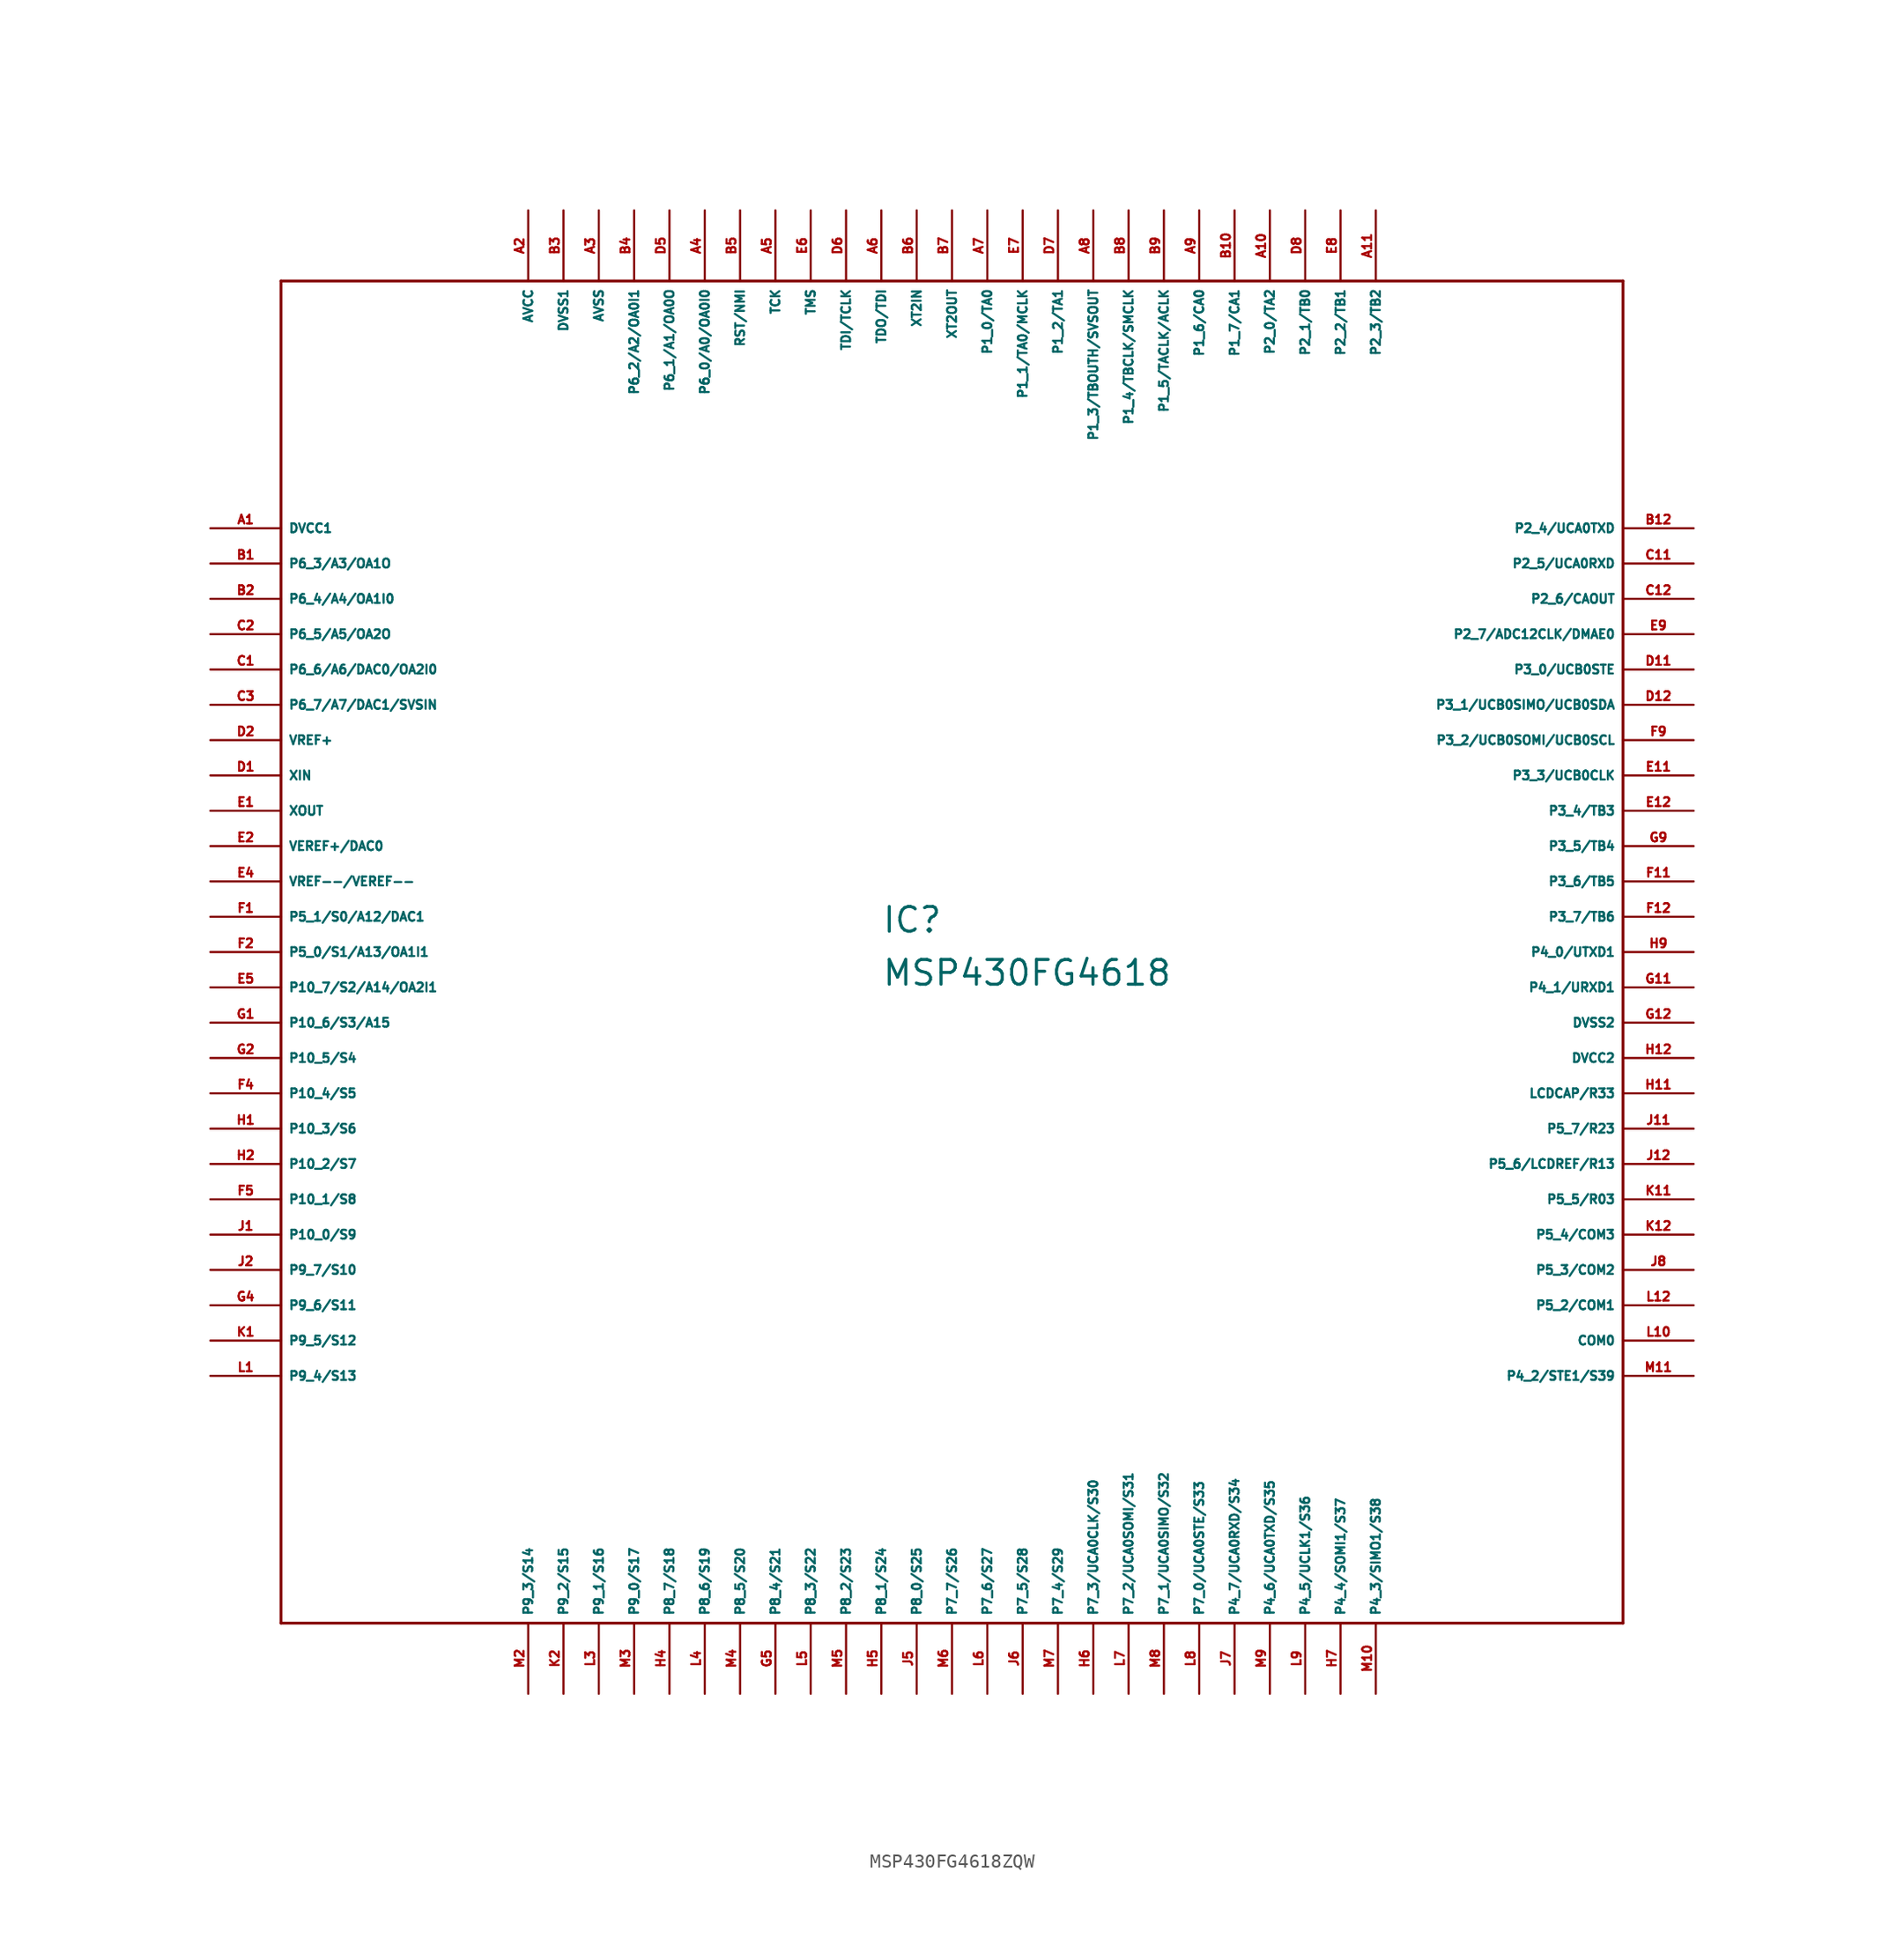
<source format=kicad_sym>
(kicad_symbol_lib
  (version 20220914)
  (generator Eagle2Kicad)
  (symbol "MSP430FG4618ZQW"
    (property "Reference" "IC"
      (at -5.08 1.27 0)
      (effects (font (size 1.778 1.778) (thickness 0.22)) (justify left bottom)))
    (property "Value" "MSP430FG4618"
      (at -5.08 -2.54 0)
      (effects (font (size 1.778 1.778) (thickness 0.22)) (justify left bottom)))
    (polyline
      (pts (xy -48.26 -48.26) (xy 48.26 -48.26))
      (stroke (width 0.203) (type default))
      (fill (type none)))
    (polyline
      (pts (xy 48.26 -48.26) (xy 48.26 48.26))
      (stroke (width 0.203) (type default))
      (fill (type none)))
    (polyline
      (pts (xy 48.26 48.26) (xy -48.26 48.26))
      (stroke (width 0.203) (type default))
      (fill (type none)))
    (polyline
      (pts (xy -48.26 48.26) (xy -48.26 -48.26))
      (stroke (width 0.203) (type default))
      (fill (type none)))
    (pin unspecified line
      (at -53.34 30.48 0)
      (length 5.08)
      (name "DVCC1" (effects (font (size 0.635 0.635) (thickness 0.08)) (justify left bottom)))
      (number "A1" (effects (font (size 0.635 0.635) (thickness 0.08)) (justify left bottom))))
    (pin bidirectional line
      (at -53.34 27.94 0)
      (length 5.08)
      (name "P6_3/A3/OA1O" (effects (font (size 0.635 0.635) (thickness 0.08)) (justify left bottom)))
      (number "B1" (effects (font (size 0.635 0.635) (thickness 0.08)) (justify left bottom))))
    (pin bidirectional line
      (at -53.34 25.4 0)
      (length 5.08)
      (name "P6_4/A4/OA1I0" (effects (font (size 0.635 0.635) (thickness 0.08)) (justify left bottom)))
      (number "B2" (effects (font (size 0.635 0.635) (thickness 0.08)) (justify left bottom))))
    (pin bidirectional line
      (at -53.34 22.86 0)
      (length 5.08)
      (name "P6_5/A5/OA2O" (effects (font (size 0.635 0.635) (thickness 0.08)) (justify left bottom)))
      (number "C2" (effects (font (size 0.635 0.635) (thickness 0.08)) (justify left bottom))))
    (pin bidirectional line
      (at -53.34 20.32 0)
      (length 5.08)
      (name "P6_6/A6/DAC0/OA2I0" (effects (font (size 0.635 0.635) (thickness 0.08)) (justify left bottom)))
      (number "C1" (effects (font (size 0.635 0.635) (thickness 0.08)) (justify left bottom))))
    (pin bidirectional line
      (at -53.34 17.78 0)
      (length 5.08)
      (name "P6_7/A7/DAC1/SVSIN" (effects (font (size 0.635 0.635) (thickness 0.08)) (justify left bottom)))
      (number "C3" (effects (font (size 0.635 0.635) (thickness 0.08)) (justify left bottom))))
    (pin output line
      (at -53.34 15.24 0)
      (length 5.08)
      (name "VREF+" (effects (font (size 0.635 0.635) (thickness 0.08)) (justify left bottom)))
      (number "D2" (effects (font (size 0.635 0.635) (thickness 0.08)) (justify left bottom))))
    (pin input line
      (at -53.34 12.7 0)
      (length 5.08)
      (name "XIN" (effects (font (size 0.635 0.635) (thickness 0.08)) (justify left bottom)))
      (number "D1" (effects (font (size 0.635 0.635) (thickness 0.08)) (justify left bottom))))
    (pin output line
      (at -53.34 10.16 0)
      (length 5.08)
      (name "XOUT" (effects (font (size 0.635 0.635) (thickness 0.08)) (justify left bottom)))
      (number "E1" (effects (font (size 0.635 0.635) (thickness 0.08)) (justify left bottom))))
    (pin bidirectional line
      (at -53.34 7.62 0)
      (length 5.08)
      (name "VEREF+/DAC0" (effects (font (size 0.635 0.635) (thickness 0.08)) (justify left bottom)))
      (number "E2" (effects (font (size 0.635 0.635) (thickness 0.08)) (justify left bottom))))
    (pin input line
      (at -53.34 5.08 0)
      (length 5.08)
      (name "VREF--/VEREF--" (effects (font (size 0.635 0.635) (thickness 0.08)) (justify left bottom)))
      (number "E4" (effects (font (size 0.635 0.635) (thickness 0.08)) (justify left bottom))))
    (pin bidirectional line
      (at -53.34 2.54 0)
      (length 5.08)
      (name "P5_1/S0/A12/DAC1" (effects (font (size 0.635 0.635) (thickness 0.08)) (justify left bottom)))
      (number "F1" (effects (font (size 0.635 0.635) (thickness 0.08)) (justify left bottom))))
    (pin bidirectional line
      (at -53.34 0 0)
      (length 5.08)
      (name "P5_0/S1/A13/OA1I1" (effects (font (size 0.635 0.635) (thickness 0.08)) (justify left bottom)))
      (number "F2" (effects (font (size 0.635 0.635) (thickness 0.08)) (justify left bottom))))
    (pin bidirectional line
      (at -53.34 -2.54 0)
      (length 5.08)
      (name "P10_7/S2/A14/OA2I1" (effects (font (size 0.635 0.635) (thickness 0.08)) (justify left bottom)))
      (number "E5" (effects (font (size 0.635 0.635) (thickness 0.08)) (justify left bottom))))
    (pin bidirectional line
      (at -53.34 -5.08 0)
      (length 5.08)
      (name "P10_6/S3/A15" (effects (font (size 0.635 0.635) (thickness 0.08)) (justify left bottom)))
      (number "G1" (effects (font (size 0.635 0.635) (thickness 0.08)) (justify left bottom))))
    (pin bidirectional line
      (at -53.34 -7.62 0)
      (length 5.08)
      (name "P10_5/S4" (effects (font (size 0.635 0.635) (thickness 0.08)) (justify left bottom)))
      (number "G2" (effects (font (size 0.635 0.635) (thickness 0.08)) (justify left bottom))))
    (pin bidirectional line
      (at -53.34 -10.16 0)
      (length 5.08)
      (name "P10_4/S5" (effects (font (size 0.635 0.635) (thickness 0.08)) (justify left bottom)))
      (number "F4" (effects (font (size 0.635 0.635) (thickness 0.08)) (justify left bottom))))
    (pin bidirectional line
      (at -53.34 -12.7 0)
      (length 5.08)
      (name "P10_3/S6" (effects (font (size 0.635 0.635) (thickness 0.08)) (justify left bottom)))
      (number "H1" (effects (font (size 0.635 0.635) (thickness 0.08)) (justify left bottom))))
    (pin bidirectional line
      (at -53.34 -15.24 0)
      (length 5.08)
      (name "P10_2/S7" (effects (font (size 0.635 0.635) (thickness 0.08)) (justify left bottom)))
      (number "H2" (effects (font (size 0.635 0.635) (thickness 0.08)) (justify left bottom))))
    (pin bidirectional line
      (at -53.34 -17.78 0)
      (length 5.08)
      (name "P10_1/S8" (effects (font (size 0.635 0.635) (thickness 0.08)) (justify left bottom)))
      (number "F5" (effects (font (size 0.635 0.635) (thickness 0.08)) (justify left bottom))))
    (pin bidirectional line
      (at -53.34 -20.32 0)
      (length 5.08)
      (name "P10_0/S9" (effects (font (size 0.635 0.635) (thickness 0.08)) (justify left bottom)))
      (number "J1" (effects (font (size 0.635 0.635) (thickness 0.08)) (justify left bottom))))
    (pin bidirectional line
      (at -53.34 -22.86 0)
      (length 5.08)
      (name "P9_7/S10" (effects (font (size 0.635 0.635) (thickness 0.08)) (justify left bottom)))
      (number "J2" (effects (font (size 0.635 0.635) (thickness 0.08)) (justify left bottom))))
    (pin bidirectional line
      (at -53.34 -25.4 0)
      (length 5.08)
      (name "P9_6/S11" (effects (font (size 0.635 0.635) (thickness 0.08)) (justify left bottom)))
      (number "G4" (effects (font (size 0.635 0.635) (thickness 0.08)) (justify left bottom))))
    (pin bidirectional line
      (at -53.34 -27.94 0)
      (length 5.08)
      (name "P9_5/S12" (effects (font (size 0.635 0.635) (thickness 0.08)) (justify left bottom)))
      (number "K1" (effects (font (size 0.635 0.635) (thickness 0.08)) (justify left bottom))))
    (pin bidirectional line
      (at -53.34 -30.48 0)
      (length 5.08)
      (name "P9_4/S13" (effects (font (size 0.635 0.635) (thickness 0.08)) (justify left bottom)))
      (number "L1" (effects (font (size 0.635 0.635) (thickness 0.08)) (justify left bottom))))
    (pin bidirectional line
      (at -30.48 -53.34 90)
      (length 5.08)
      (name "P9_3/S14" (effects (font (size 0.635 0.635) (thickness 0.08)) (justify left bottom)))
      (number "M2" (effects (font (size 0.635 0.635) (thickness 0.08)) (justify left bottom))))
    (pin bidirectional line
      (at -27.94 -53.34 90)
      (length 5.08)
      (name "P9_2/S15" (effects (font (size 0.635 0.635) (thickness 0.08)) (justify left bottom)))
      (number "K2" (effects (font (size 0.635 0.635) (thickness 0.08)) (justify left bottom))))
    (pin bidirectional line
      (at -25.4 -53.34 90)
      (length 5.08)
      (name "P9_1/S16" (effects (font (size 0.635 0.635) (thickness 0.08)) (justify left bottom)))
      (number "L3" (effects (font (size 0.635 0.635) (thickness 0.08)) (justify left bottom))))
    (pin bidirectional line
      (at -22.86 -53.34 90)
      (length 5.08)
      (name "P9_0/S17" (effects (font (size 0.635 0.635) (thickness 0.08)) (justify left bottom)))
      (number "M3" (effects (font (size 0.635 0.635) (thickness 0.08)) (justify left bottom))))
    (pin bidirectional line
      (at -20.32 -53.34 90)
      (length 5.08)
      (name "P8_7/S18" (effects (font (size 0.635 0.635) (thickness 0.08)) (justify left bottom)))
      (number "H4" (effects (font (size 0.635 0.635) (thickness 0.08)) (justify left bottom))))
    (pin bidirectional line
      (at -17.78 -53.34 90)
      (length 5.08)
      (name "P8_6/S19" (effects (font (size 0.635 0.635) (thickness 0.08)) (justify left bottom)))
      (number "L4" (effects (font (size 0.635 0.635) (thickness 0.08)) (justify left bottom))))
    (pin bidirectional line
      (at -15.24 -53.34 90)
      (length 5.08)
      (name "P8_5/S20" (effects (font (size 0.635 0.635) (thickness 0.08)) (justify left bottom)))
      (number "M4" (effects (font (size 0.635 0.635) (thickness 0.08)) (justify left bottom))))
    (pin bidirectional line
      (at -12.7 -53.34 90)
      (length 5.08)
      (name "P8_4/S21" (effects (font (size 0.635 0.635) (thickness 0.08)) (justify left bottom)))
      (number "G5" (effects (font (size 0.635 0.635) (thickness 0.08)) (justify left bottom))))
    (pin bidirectional line
      (at -10.16 -53.34 90)
      (length 5.08)
      (name "P8_3/S22" (effects (font (size 0.635 0.635) (thickness 0.08)) (justify left bottom)))
      (number "L5" (effects (font (size 0.635 0.635) (thickness 0.08)) (justify left bottom))))
    (pin bidirectional line
      (at -7.62 -53.34 90)
      (length 5.08)
      (name "P8_2/S23" (effects (font (size 0.635 0.635) (thickness 0.08)) (justify left bottom)))
      (number "M5" (effects (font (size 0.635 0.635) (thickness 0.08)) (justify left bottom))))
    (pin bidirectional line
      (at -5.08 -53.34 90)
      (length 5.08)
      (name "P8_1/S24" (effects (font (size 0.635 0.635) (thickness 0.08)) (justify left bottom)))
      (number "H5" (effects (font (size 0.635 0.635) (thickness 0.08)) (justify left bottom))))
    (pin bidirectional line
      (at -2.54 -53.34 90)
      (length 5.08)
      (name "P8_0/S25" (effects (font (size 0.635 0.635) (thickness 0.08)) (justify left bottom)))
      (number "J5" (effects (font (size 0.635 0.635) (thickness 0.08)) (justify left bottom))))
    (pin bidirectional line
      (at 0 -53.34 90)
      (length 5.08)
      (name "P7_7/S26" (effects (font (size 0.635 0.635) (thickness 0.08)) (justify left bottom)))
      (number "M6" (effects (font (size 0.635 0.635) (thickness 0.08)) (justify left bottom))))
    (pin bidirectional line
      (at 2.54 -53.34 90)
      (length 5.08)
      (name "P7_6/S27" (effects (font (size 0.635 0.635) (thickness 0.08)) (justify left bottom)))
      (number "L6" (effects (font (size 0.635 0.635) (thickness 0.08)) (justify left bottom))))
    (pin bidirectional line
      (at 5.08 -53.34 90)
      (length 5.08)
      (name "P7_5/S28" (effects (font (size 0.635 0.635) (thickness 0.08)) (justify left bottom)))
      (number "J6" (effects (font (size 0.635 0.635) (thickness 0.08)) (justify left bottom))))
    (pin bidirectional line
      (at 7.62 -53.34 90)
      (length 5.08)
      (name "P7_4/S29" (effects (font (size 0.635 0.635) (thickness 0.08)) (justify left bottom)))
      (number "M7" (effects (font (size 0.635 0.635) (thickness 0.08)) (justify left bottom))))
    (pin bidirectional line
      (at 10.16 -53.34 90)
      (length 5.08)
      (name "P7_3/UCA0CLK/S30" (effects (font (size 0.635 0.635) (thickness 0.08)) (justify left bottom)))
      (number "H6" (effects (font (size 0.635 0.635) (thickness 0.08)) (justify left bottom))))
    (pin bidirectional line
      (at 12.7 -53.34 90)
      (length 5.08)
      (name "P7_2/UCA0SOMI/S31" (effects (font (size 0.635 0.635) (thickness 0.08)) (justify left bottom)))
      (number "L7" (effects (font (size 0.635 0.635) (thickness 0.08)) (justify left bottom))))
    (pin bidirectional line
      (at 15.24 -53.34 90)
      (length 5.08)
      (name "P7_1/UCA0SIMO/S32" (effects (font (size 0.635 0.635) (thickness 0.08)) (justify left bottom)))
      (number "M8" (effects (font (size 0.635 0.635) (thickness 0.08)) (justify left bottom))))
    (pin bidirectional line
      (at 17.78 -53.34 90)
      (length 5.08)
      (name "P7_0/UCA0STE/S33" (effects (font (size 0.635 0.635) (thickness 0.08)) (justify left bottom)))
      (number "L8" (effects (font (size 0.635 0.635) (thickness 0.08)) (justify left bottom))))
    (pin bidirectional line
      (at 20.32 -53.34 90)
      (length 5.08)
      (name "P4_7/UCA0RXD/S34" (effects (font (size 0.635 0.635) (thickness 0.08)) (justify left bottom)))
      (number "J7" (effects (font (size 0.635 0.635) (thickness 0.08)) (justify left bottom))))
    (pin bidirectional line
      (at 22.86 -53.34 90)
      (length 5.08)
      (name "P4_6/UCA0TXD/S35" (effects (font (size 0.635 0.635) (thickness 0.08)) (justify left bottom)))
      (number "M9" (effects (font (size 0.635 0.635) (thickness 0.08)) (justify left bottom))))
    (pin bidirectional line
      (at 25.4 -53.34 90)
      (length 5.08)
      (name "P4_5/UCLK1/S36" (effects (font (size 0.635 0.635) (thickness 0.08)) (justify left bottom)))
      (number "L9" (effects (font (size 0.635 0.635) (thickness 0.08)) (justify left bottom))))
    (pin bidirectional line
      (at 27.94 -53.34 90)
      (length 5.08)
      (name "P4_4/SOMI1/S37" (effects (font (size 0.635 0.635) (thickness 0.08)) (justify left bottom)))
      (number "H7" (effects (font (size 0.635 0.635) (thickness 0.08)) (justify left bottom))))
    (pin bidirectional line
      (at 30.48 -53.34 90)
      (length 5.08)
      (name "P4_3/SIMO1/S38" (effects (font (size 0.635 0.635) (thickness 0.08)) (justify left bottom)))
      (number "M10" (effects (font (size 0.635 0.635) (thickness 0.08)) (justify left bottom))))
    (pin bidirectional line
      (at 53.34 -30.48 180)
      (length 5.08)
      (name "P4_2/STE1/S39" (effects (font (size 0.635 0.635) (thickness 0.08)) (justify left bottom)))
      (number "M11" (effects (font (size 0.635 0.635) (thickness 0.08)) (justify left bottom))))
    (pin output line
      (at 53.34 -27.94 180)
      (length 5.08)
      (name "COM0" (effects (font (size 0.635 0.635) (thickness 0.08)) (justify left bottom)))
      (number "L10" (effects (font (size 0.635 0.635) (thickness 0.08)) (justify left bottom))))
    (pin bidirectional line
      (at 53.34 -25.4 180)
      (length 5.08)
      (name "P5_2/COM1" (effects (font (size 0.635 0.635) (thickness 0.08)) (justify left bottom)))
      (number "L12" (effects (font (size 0.635 0.635) (thickness 0.08)) (justify left bottom))))
    (pin bidirectional line
      (at 53.34 -22.86 180)
      (length 5.08)
      (name "P5_3/COM2" (effects (font (size 0.635 0.635) (thickness 0.08)) (justify left bottom)))
      (number "J8" (effects (font (size 0.635 0.635) (thickness 0.08)) (justify left bottom))))
    (pin bidirectional line
      (at 53.34 -20.32 180)
      (length 5.08)
      (name "P5_4/COM3" (effects (font (size 0.635 0.635) (thickness 0.08)) (justify left bottom)))
      (number "K12" (effects (font (size 0.635 0.635) (thickness 0.08)) (justify left bottom))))
    (pin bidirectional line
      (at 53.34 -17.78 180)
      (length 5.08)
      (name "P5_5/R03" (effects (font (size 0.635 0.635) (thickness 0.08)) (justify left bottom)))
      (number "K11" (effects (font (size 0.635 0.635) (thickness 0.08)) (justify left bottom))))
    (pin bidirectional line
      (at 53.34 -15.24 180)
      (length 5.08)
      (name "P5_6/LCDREF/R13" (effects (font (size 0.635 0.635) (thickness 0.08)) (justify left bottom)))
      (number "J12" (effects (font (size 0.635 0.635) (thickness 0.08)) (justify left bottom))))
    (pin bidirectional line
      (at 53.34 -12.7 180)
      (length 5.08)
      (name "P5_7/R23" (effects (font (size 0.635 0.635) (thickness 0.08)) (justify left bottom)))
      (number "J11" (effects (font (size 0.635 0.635) (thickness 0.08)) (justify left bottom))))
    (pin input line
      (at 53.34 -10.16 180)
      (length 5.08)
      (name "LCDCAP/R33" (effects (font (size 0.635 0.635) (thickness 0.08)) (justify left bottom)))
      (number "H11" (effects (font (size 0.635 0.635) (thickness 0.08)) (justify left bottom))))
    (pin unspecified line
      (at 53.34 -7.62 180)
      (length 5.08)
      (name "DVCC2" (effects (font (size 0.635 0.635) (thickness 0.08)) (justify left bottom)))
      (number "H12" (effects (font (size 0.635 0.635) (thickness 0.08)) (justify left bottom))))
    (pin unspecified line
      (at 53.34 -5.08 180)
      (length 5.08)
      (name "DVSS2" (effects (font (size 0.635 0.635) (thickness 0.08)) (justify left bottom)))
      (number "G12" (effects (font (size 0.635 0.635) (thickness 0.08)) (justify left bottom))))
    (pin bidirectional line
      (at 53.34 -2.54 180)
      (length 5.08)
      (name "P4_1/URXD1" (effects (font (size 0.635 0.635) (thickness 0.08)) (justify left bottom)))
      (number "G11" (effects (font (size 0.635 0.635) (thickness 0.08)) (justify left bottom))))
    (pin bidirectional line
      (at 53.34 0 180)
      (length 5.08)
      (name "P4_0/UTXD1" (effects (font (size 0.635 0.635) (thickness 0.08)) (justify left bottom)))
      (number "H9" (effects (font (size 0.635 0.635) (thickness 0.08)) (justify left bottom))))
    (pin bidirectional line
      (at 53.34 2.54 180)
      (length 5.08)
      (name "P3_7/TB6" (effects (font (size 0.635 0.635) (thickness 0.08)) (justify left bottom)))
      (number "F12" (effects (font (size 0.635 0.635) (thickness 0.08)) (justify left bottom))))
    (pin bidirectional line
      (at 53.34 5.08 180)
      (length 5.08)
      (name "P3_6/TB5" (effects (font (size 0.635 0.635) (thickness 0.08)) (justify left bottom)))
      (number "F11" (effects (font (size 0.635 0.635) (thickness 0.08)) (justify left bottom))))
    (pin bidirectional line
      (at 53.34 7.62 180)
      (length 5.08)
      (name "P3_5/TB4" (effects (font (size 0.635 0.635) (thickness 0.08)) (justify left bottom)))
      (number "G9" (effects (font (size 0.635 0.635) (thickness 0.08)) (justify left bottom))))
    (pin bidirectional line
      (at 53.34 10.16 180)
      (length 5.08)
      (name "P3_4/TB3" (effects (font (size 0.635 0.635) (thickness 0.08)) (justify left bottom)))
      (number "E12" (effects (font (size 0.635 0.635) (thickness 0.08)) (justify left bottom))))
    (pin bidirectional line
      (at 53.34 12.7 180)
      (length 5.08)
      (name "P3_3/UCB0CLK" (effects (font (size 0.635 0.635) (thickness 0.08)) (justify left bottom)))
      (number "E11" (effects (font (size 0.635 0.635) (thickness 0.08)) (justify left bottom))))
    (pin bidirectional line
      (at 53.34 15.24 180)
      (length 5.08)
      (name "P3_2/UCB0SOMI/UCB0SCL" (effects (font (size 0.635 0.635) (thickness 0.08)) (justify left bottom)))
      (number "F9" (effects (font (size 0.635 0.635) (thickness 0.08)) (justify left bottom))))
    (pin bidirectional line
      (at 53.34 17.78 180)
      (length 5.08)
      (name "P3_1/UCB0SIMO/UCB0SDA" (effects (font (size 0.635 0.635) (thickness 0.08)) (justify left bottom)))
      (number "D12" (effects (font (size 0.635 0.635) (thickness 0.08)) (justify left bottom))))
    (pin bidirectional line
      (at 53.34 20.32 180)
      (length 5.08)
      (name "P3_0/UCB0STE" (effects (font (size 0.635 0.635) (thickness 0.08)) (justify left bottom)))
      (number "D11" (effects (font (size 0.635 0.635) (thickness 0.08)) (justify left bottom))))
    (pin bidirectional line
      (at 53.34 22.86 180)
      (length 5.08)
      (name "P2_7/ADC12CLK/DMAE0" (effects (font (size 0.635 0.635) (thickness 0.08)) (justify left bottom)))
      (number "E9" (effects (font (size 0.635 0.635) (thickness 0.08)) (justify left bottom))))
    (pin bidirectional line
      (at 53.34 25.4 180)
      (length 5.08)
      (name "P2_6/CAOUT" (effects (font (size 0.635 0.635) (thickness 0.08)) (justify left bottom)))
      (number "C12" (effects (font (size 0.635 0.635) (thickness 0.08)) (justify left bottom))))
    (pin bidirectional line
      (at 53.34 27.94 180)
      (length 5.08)
      (name "P2_5/UCA0RXD" (effects (font (size 0.635 0.635) (thickness 0.08)) (justify left bottom)))
      (number "C11" (effects (font (size 0.635 0.635) (thickness 0.08)) (justify left bottom))))
    (pin bidirectional line
      (at 53.34 30.48 180)
      (length 5.08)
      (name "P2_4/UCA0TXD" (effects (font (size 0.635 0.635) (thickness 0.08)) (justify left bottom)))
      (number "B12" (effects (font (size 0.635 0.635) (thickness 0.08)) (justify left bottom))))
    (pin bidirectional line
      (at 30.48 53.34 270)
      (length 5.08)
      (name "P2_3/TB2" (effects (font (size 0.635 0.635) (thickness 0.08)) (justify left bottom)))
      (number "A11" (effects (font (size 0.635 0.635) (thickness 0.08)) (justify left bottom))))
    (pin bidirectional line
      (at 27.94 53.34 270)
      (length 5.08)
      (name "P2_2/TB1" (effects (font (size 0.635 0.635) (thickness 0.08)) (justify left bottom)))
      (number "E8" (effects (font (size 0.635 0.635) (thickness 0.08)) (justify left bottom))))
    (pin bidirectional line
      (at 25.4 53.34 270)
      (length 5.08)
      (name "P2_1/TB0" (effects (font (size 0.635 0.635) (thickness 0.08)) (justify left bottom)))
      (number "D8" (effects (font (size 0.635 0.635) (thickness 0.08)) (justify left bottom))))
    (pin bidirectional line
      (at 22.86 53.34 270)
      (length 5.08)
      (name "P2_0/TA2" (effects (font (size 0.635 0.635) (thickness 0.08)) (justify left bottom)))
      (number "A10" (effects (font (size 0.635 0.635) (thickness 0.08)) (justify left bottom))))
    (pin bidirectional line
      (at 20.32 53.34 270)
      (length 5.08)
      (name "P1_7/CA1" (effects (font (size 0.635 0.635) (thickness 0.08)) (justify left bottom)))
      (number "B10" (effects (font (size 0.635 0.635) (thickness 0.08)) (justify left bottom))))
    (pin bidirectional line
      (at 17.78 53.34 270)
      (length 5.08)
      (name "P1_6/CA0" (effects (font (size 0.635 0.635) (thickness 0.08)) (justify left bottom)))
      (number "A9" (effects (font (size 0.635 0.635) (thickness 0.08)) (justify left bottom))))
    (pin bidirectional line
      (at 15.24 53.34 270)
      (length 5.08)
      (name "P1_5/TACLK/ACLK" (effects (font (size 0.635 0.635) (thickness 0.08)) (justify left bottom)))
      (number "B9" (effects (font (size 0.635 0.635) (thickness 0.08)) (justify left bottom))))
    (pin bidirectional line
      (at 12.7 53.34 270)
      (length 5.08)
      (name "P1_4/TBCLK/SMCLK" (effects (font (size 0.635 0.635) (thickness 0.08)) (justify left bottom)))
      (number "B8" (effects (font (size 0.635 0.635) (thickness 0.08)) (justify left bottom))))
    (pin bidirectional line
      (at 10.16 53.34 270)
      (length 5.08)
      (name "P1_3/TBOUTH/SVSOUT" (effects (font (size 0.635 0.635) (thickness 0.08)) (justify left bottom)))
      (number "A8" (effects (font (size 0.635 0.635) (thickness 0.08)) (justify left bottom))))
    (pin bidirectional line
      (at 7.62 53.34 270)
      (length 5.08)
      (name "P1_2/TA1" (effects (font (size 0.635 0.635) (thickness 0.08)) (justify left bottom)))
      (number "D7" (effects (font (size 0.635 0.635) (thickness 0.08)) (justify left bottom))))
    (pin bidirectional line
      (at 5.08 53.34 270)
      (length 5.08)
      (name "P1_1/TA0/MCLK" (effects (font (size 0.635 0.635) (thickness 0.08)) (justify left bottom)))
      (number "E7" (effects (font (size 0.635 0.635) (thickness 0.08)) (justify left bottom))))
    (pin bidirectional line
      (at 2.54 53.34 270)
      (length 5.08)
      (name "P1_0/TA0" (effects (font (size 0.635 0.635) (thickness 0.08)) (justify left bottom)))
      (number "A7" (effects (font (size 0.635 0.635) (thickness 0.08)) (justify left bottom))))
    (pin output line
      (at 0 53.34 270)
      (length 5.08)
      (name "XT2OUT" (effects (font (size 0.635 0.635) (thickness 0.08)) (justify left bottom)))
      (number "B7" (effects (font (size 0.635 0.635) (thickness 0.08)) (justify left bottom))))
    (pin input line
      (at -2.54 53.34 270)
      (length 5.08)
      (name "XT2IN" (effects (font (size 0.635 0.635) (thickness 0.08)) (justify left bottom)))
      (number "B6" (effects (font (size 0.635 0.635) (thickness 0.08)) (justify left bottom))))
    (pin bidirectional line
      (at -5.08 53.34 270)
      (length 5.08)
      (name "TDO/TDI" (effects (font (size 0.635 0.635) (thickness 0.08)) (justify left bottom)))
      (number "A6" (effects (font (size 0.635 0.635) (thickness 0.08)) (justify left bottom))))
    (pin input line
      (at -7.62 53.34 270)
      (length 5.08)
      (name "TDI/TCLK" (effects (font (size 0.635 0.635) (thickness 0.08)) (justify left bottom)))
      (number "D6" (effects (font (size 0.635 0.635) (thickness 0.08)) (justify left bottom))))
    (pin input line
      (at -10.16 53.34 270)
      (length 5.08)
      (name "TMS" (effects (font (size 0.635 0.635) (thickness 0.08)) (justify left bottom)))
      (number "E6" (effects (font (size 0.635 0.635) (thickness 0.08)) (justify left bottom))))
    (pin input line
      (at -12.7 53.34 270)
      (length 5.08)
      (name "TCK" (effects (font (size 0.635 0.635) (thickness 0.08)) (justify left bottom)))
      (number "A5" (effects (font (size 0.635 0.635) (thickness 0.08)) (justify left bottom))))
    (pin input line
      (at -15.24 53.34 270)
      (length 5.08)
      (name "RST/NMI" (effects (font (size 0.635 0.635) (thickness 0.08)) (justify left bottom)))
      (number "B5" (effects (font (size 0.635 0.635) (thickness 0.08)) (justify left bottom))))
    (pin bidirectional line
      (at -17.78 53.34 270)
      (length 5.08)
      (name "P6_0/A0/OA0I0" (effects (font (size 0.635 0.635) (thickness 0.08)) (justify left bottom)))
      (number "A4" (effects (font (size 0.635 0.635) (thickness 0.08)) (justify left bottom))))
    (pin bidirectional line
      (at -20.32 53.34 270)
      (length 5.08)
      (name "P6_1/A1/OA0O" (effects (font (size 0.635 0.635) (thickness 0.08)) (justify left bottom)))
      (number "D5" (effects (font (size 0.635 0.635) (thickness 0.08)) (justify left bottom))))
    (pin bidirectional line
      (at -22.86 53.34 270)
      (length 5.08)
      (name "P6_2/A2/OA0I1" (effects (font (size 0.635 0.635) (thickness 0.08)) (justify left bottom)))
      (number "B4" (effects (font (size 0.635 0.635) (thickness 0.08)) (justify left bottom))))
    (pin unspecified line
      (at -25.4 53.34 270)
      (length 5.08)
      (name "AVSS" (effects (font (size 0.635 0.635) (thickness 0.08)) (justify left bottom)))
      (number "A3" (effects (font (size 0.635 0.635) (thickness 0.08)) (justify left bottom))))
    (pin unspecified line
      (at -27.94 53.34 270)
      (length 5.08)
      (name "DVSS1" (effects (font (size 0.635 0.635) (thickness 0.08)) (justify left bottom)))
      (number "B3" (effects (font (size 0.635 0.635) (thickness 0.08)) (justify left bottom))))
    (pin unspecified line
      (at -30.48 53.34 270)
      (length 5.08)
      (name "AVCC" (effects (font (size 0.635 0.635) (thickness 0.08)) (justify left bottom)))
      (number "A2" (effects (font (size 0.635 0.635) (thickness 0.08)) (justify left bottom))))))
</source>
